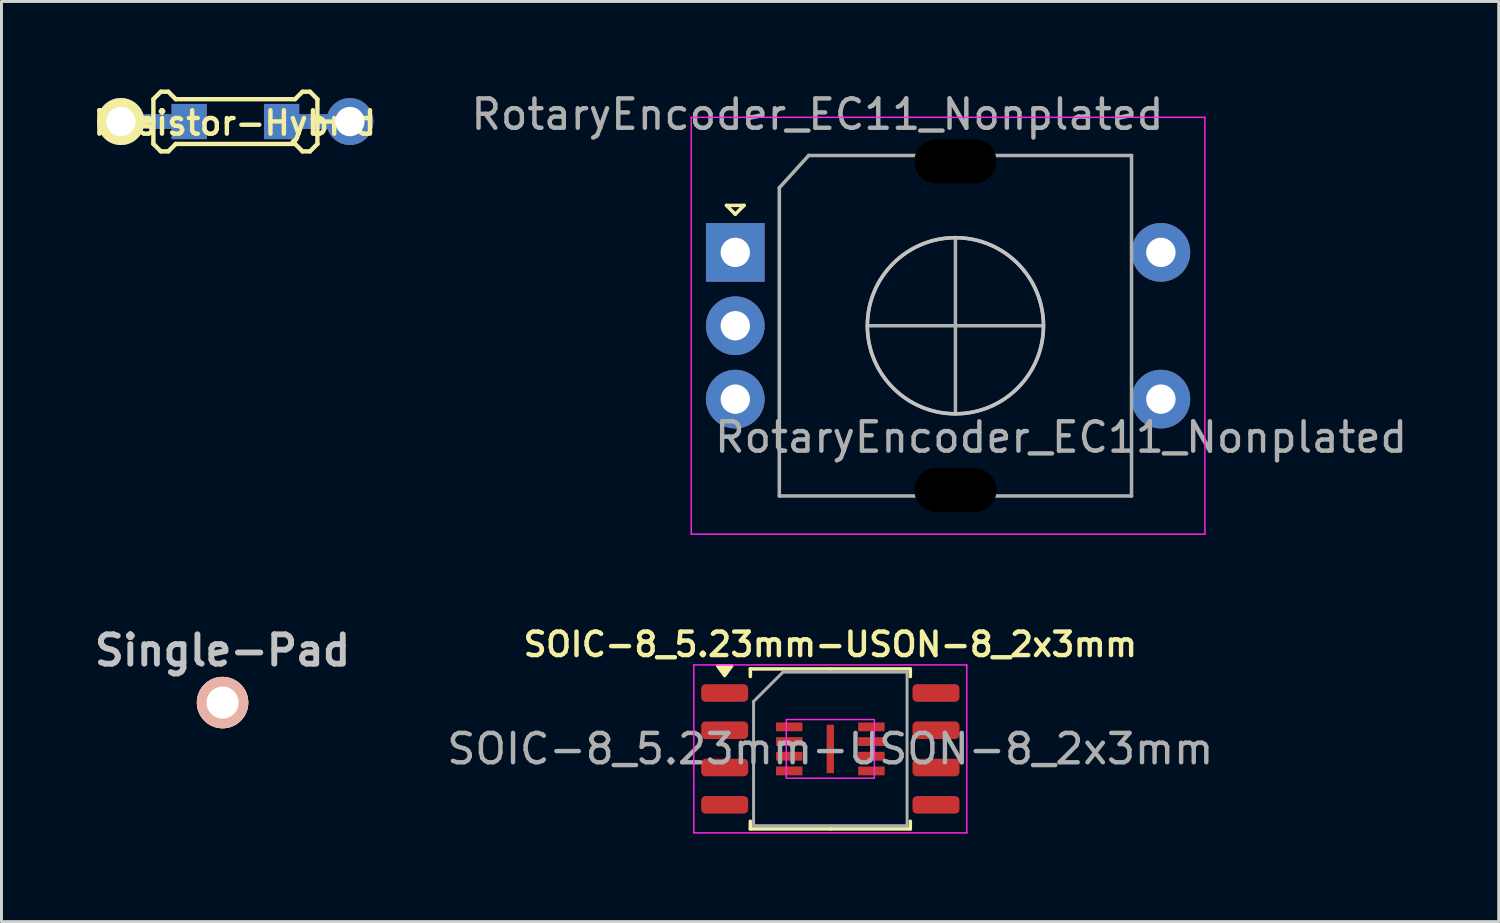
<source format=kicad_pcb>
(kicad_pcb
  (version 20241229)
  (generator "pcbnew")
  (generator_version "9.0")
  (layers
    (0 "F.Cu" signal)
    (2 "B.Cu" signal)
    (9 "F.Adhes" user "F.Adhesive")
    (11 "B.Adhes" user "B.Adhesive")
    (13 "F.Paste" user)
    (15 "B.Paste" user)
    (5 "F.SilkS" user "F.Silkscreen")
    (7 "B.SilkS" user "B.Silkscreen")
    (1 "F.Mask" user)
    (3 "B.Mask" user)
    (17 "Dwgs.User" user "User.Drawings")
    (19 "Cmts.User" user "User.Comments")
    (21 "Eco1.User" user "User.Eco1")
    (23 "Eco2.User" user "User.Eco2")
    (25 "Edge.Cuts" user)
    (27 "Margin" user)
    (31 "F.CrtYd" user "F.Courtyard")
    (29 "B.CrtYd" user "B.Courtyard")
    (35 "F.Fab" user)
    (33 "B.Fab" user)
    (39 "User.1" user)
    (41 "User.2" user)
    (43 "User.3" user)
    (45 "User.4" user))
  (footprint "Single-Pad"
    (layer "F.Cu")
    (at 4.533 20.887)
    (property "Reference" "Single-Pad" (at 0 -1.778 0) (layer "Dwgs.User") (effects (font (size 1 1) (thickness 0.2))))
    (attr through_hole)
    (pad "1" thru_hole circle (at 0 0 270) (size 1.753 1.753) (drill 1.092) (layers "*.Cu" "*.SilkS" "*.Mask")))
  (footprint "RotaryEncoder_EC11_Nonplated"
    (layer "F.Cu")
    (at 29.501 8.048)
    (property "Reference" "RotaryEncoder_EC11_Nonplated" (at -4.7 -7.2 0) (layer "F.Fab") (effects (font (size 1 1) (thickness 0.15))))
    (attr through_hole)
    (fp_line (start -7.8 -4.1) (end -7.2 -4.1) (stroke (width 0.12) (type solid)) (layer "F.SilkS"))
    (fp_line (start -7.5 -3.8) (end -7.8 -4.1) (stroke (width 0.12) (type solid)) (layer "F.SilkS"))
    (fp_line (start -7.2 -4.1) (end -7.5 -3.8) (stroke (width 0.12) (type solid)) (layer "F.SilkS"))
    (fp_circle (center 0 0) (end 3 0) (stroke (width 0.12) (type solid)) (fill no) (layer "Dwgs.User"))
    (fp_line (start -9 -7.1) (end -9 7.1) (stroke (width 0.05) (type solid)) (layer "F.CrtYd"))
    (fp_line (start -9 -7.1) (end 8.5 -7.1) (stroke (width 0.05) (type solid)) (layer "F.CrtYd"))
    (fp_line (start 8.5 7.1) (end -9 7.1) (stroke (width 0.05) (type solid)) (layer "F.CrtYd"))
    (fp_line (start 8.5 7.1) (end 8.5 -7.1) (stroke (width 0.05) (type solid)) (layer "F.CrtYd"))
    (fp_line (start -6 -4.7) (end -5 -5.8) (stroke (width 0.12) (type solid)) (layer "F.Fab"))
    (fp_line (start -6 5.8) (end -6 -4.7) (stroke (width 0.12) (type solid)) (layer "F.Fab"))
    (fp_line (start -5 -5.8) (end 6 -5.8) (stroke (width 0.12) (type solid)) (layer "F.Fab"))
    (fp_line (start -3 0) (end 3 0) (stroke (width 0.12) (type solid)) (layer "F.Fab"))
    (fp_line (start 0 -3) (end 0 3) (stroke (width 0.12) (type solid)) (layer "F.Fab"))
    (fp_line (start 6 -5.8) (end 6 5.8) (stroke (width 0.12) (type solid)) (layer "F.Fab"))
    (fp_line (start 6 5.8) (end -6 5.8) (stroke (width 0.12) (type solid)) (layer "F.Fab"))
    (fp_circle (center 0 0) (end 3 0) (stroke (width 0.12) (type solid)) (fill no) (layer "F.Fab"))
    (fp_text user "${REFERENCE}" (at 3.6 3.8 0) (layer "F.Fab") (effects (font (size 1 1) (thickness 0.15))))
    (pad "" np_thru_hole oval (at 0 -5.6) (size 3.2 2) (drill oval 2.8 1.5) (layers "*.Mask"))
    (pad "" np_thru_hole oval (at 0 5.6) (size 3.2 2) (drill oval 2.8 1.5) (layers "*.Mask"))
    (pad "A" thru_hole rect (at -7.5 -2.5) (size 2 2) (drill 1) (layers "*.Cu" "*.Mask"))
    (pad "B" thru_hole circle (at -7.5 2.5) (size 2 2) (drill 1) (layers "*.Cu" "*.Mask"))
    (pad "C" thru_hole circle (at -7.5 0) (size 2 2) (drill 1) (layers "*.Cu" "*.Mask"))
    (pad "S1" thru_hole circle (at 7 2.5) (size 2 2) (drill 1) (layers "*.Cu" "*.Mask"))
    (pad "S2" thru_hole circle (at 7 -2.5) (size 2 2) (drill 1) (layers "*.Cu" "*.Mask")))
  (footprint "SOIC-8_5.23mm-USON-8_2x3mm"
    (layer "F.Cu")
    (at 25.239 22.465)
    (property "Reference" "SOIC-8_5.23mm-USON-8_2x3mm" (at 0 -3.56 0) (layer "F.SilkS") (effects (font (size 0.8 0.8) (thickness 0.15))))
    (attr smd)
    (fp_line (start -2.725 -2.725) (end -2.725 -2.465) (stroke (width 0.12) (type solid)) (layer "F.SilkS"))
    (fp_line (start -2.725 2.725) (end -2.725 2.465) (stroke (width 0.12) (type solid)) (layer "F.SilkS"))
    (fp_line (start 0 -2.725) (end -2.725 -2.725) (stroke (width 0.12) (type solid)) (layer "F.SilkS"))
    (fp_line (start 0 -2.725) (end 2.725 -2.725) (stroke (width 0.12) (type solid)) (layer "F.SilkS"))
    (fp_line (start 0 2.725) (end -2.725 2.725) (stroke (width 0.12) (type solid)) (layer "F.SilkS"))
    (fp_line (start 0 2.725) (end 2.725 2.725) (stroke (width 0.12) (type solid)) (layer "F.SilkS"))
    (fp_line (start 2.725 -2.725) (end 2.725 -2.465) (stroke (width 0.12) (type solid)) (layer "F.SilkS"))
    (fp_line (start 2.725 2.725) (end 2.725 2.465) (stroke (width 0.12) (type solid)) (layer "F.SilkS"))
    (fp_poly (pts (xy -3.6 -2.5) (xy -3.84 -2.83) (xy -3.36 -2.83) (xy -3.6 -2.5)) (stroke (width 0.12) (type solid)) (fill yes) (layer "F.SilkS"))
    (fp_line (start -4.65 -2.86) (end -4.65 2.86) (stroke (width 0.05) (type solid)) (layer "F.CrtYd"))
    (fp_line (start -4.65 2.86) (end 4.65 2.86) (stroke (width 0.05) (type solid)) (layer "F.CrtYd"))
    (fp_line (start 4.65 -2.86) (end -4.65 -2.86) (stroke (width 0.05) (type solid)) (layer "F.CrtYd"))
    (fp_line (start 4.65 2.86) (end 4.65 -2.86) (stroke (width 0.05) (type solid)) (layer "F.CrtYd"))
    (fp_rect (start -1.5 -1) (end 1.5 1) (stroke (width 0.05) (type solid)) (fill no) (layer "F.CrtYd"))
    (fp_line (start -2.615 -1.615) (end -1.615 -2.615) (stroke (width 0.1) (type solid)) (layer "F.Fab"))
    (fp_line (start -2.615 2.615) (end -2.615 -1.615) (stroke (width 0.1) (type solid)) (layer "F.Fab"))
    (fp_line (start -1.615 -2.615) (end 2.615 -2.615) (stroke (width 0.1) (type solid)) (layer "F.Fab"))
    (fp_line (start 2.615 -2.615) (end 2.615 2.615) (stroke (width 0.1) (type solid)) (layer "F.Fab"))
    (fp_line (start 2.615 2.615) (end -2.615 2.615) (stroke (width 0.1) (type solid)) (layer "F.Fab"))
    (fp_text user "${REFERENCE}" (at 0 0 0) (layer "F.Fab") (effects (font (size 1 1) (thickness 0.15))))
    (pad "1" smd roundrect (at -3.6 -1.905) (size 1.6 0.6) (layers "F.Cu" "F.Mask" "F.Paste") (roundrect_rratio 0.25))
    (pad "1" smd rect (at -1.4 -0.75) (size 0.9 0.3) (layers "F.Cu" "F.Mask" "F.Paste"))
    (pad "2" smd roundrect (at -3.6 -0.635) (size 1.6 0.6) (layers "F.Cu" "F.Mask" "F.Paste") (roundrect_rratio 0.25))
    (pad "2" smd rect (at -1.4 -0.25) (size 0.9 0.3) (layers "F.Cu" "F.Mask" "F.Paste"))
    (pad "3" smd roundrect (at -3.6 0.635) (size 1.6 0.6) (layers "F.Cu" "F.Mask" "F.Paste") (roundrect_rratio 0.25))
    (pad "3" smd rect (at -1.4 0.25) (size 0.9 0.3) (layers "F.Cu" "F.Mask" "F.Paste"))
    (pad "4" smd roundrect (at -3.6 1.905) (size 1.6 0.6) (layers "F.Cu" "F.Mask" "F.Paste") (roundrect_rratio 0.25))
    (pad "4" smd rect (at -1.4 0.75) (size 0.9 0.3) (layers "F.Cu" "F.Mask" "F.Paste"))
    (pad "5" smd rect (at 1.4 0.75) (size 0.9 0.3) (layers "F.Cu" "F.Mask" "F.Paste"))
    (pad "5" smd roundrect (at 3.6 1.905) (size 1.6 0.6) (layers "F.Cu" "F.Mask" "F.Paste") (roundrect_rratio 0.25))
    (pad "6" smd rect (at 1.4 0.25) (size 0.9 0.3) (layers "F.Cu" "F.Mask" "F.Paste"))
    (pad "6" smd roundrect (at 3.6 0.635) (size 1.6 0.6) (layers "F.Cu" "F.Mask" "F.Paste") (roundrect_rratio 0.25))
    (pad "7" smd rect (at 1.4 -0.25) (size 0.9 0.3) (layers "F.Cu" "F.Mask" "F.Paste"))
    (pad "7" smd roundrect (at 3.6 -0.635) (size 1.6 0.6) (layers "F.Cu" "F.Mask" "F.Paste") (roundrect_rratio 0.25))
    (pad "8" smd rect (at 1.4 -0.75) (size 0.9 0.3) (layers "F.Cu" "F.Mask" "F.Paste"))
    (pad "8" smd roundrect (at 3.6 -1.905) (size 1.6 0.6) (layers "F.Cu" "F.Mask" "F.Paste") (roundrect_rratio 0.25))
    (pad "9" smd rect (at 0 0 90) (size 1.65 0.25) (layers "F.Cu" "F.Mask" "F.Paste")))
  (footprint "Resistor-Hybrid"
    (layer "F.Cu")
    (at 4.97 1.091)
    (property "Reference" "Resistor-Hybrid" (at -0.025 0.051 0) (layer "F.SilkS") (effects (font (size 0.8 0.8) (thickness 0.15))))
    (attr smd)
    (fp_line (start -3.302 0) (end -2.794 0) (stroke (width 0.15) (type solid)) (layer "F.SilkS"))
    (fp_line (start -2.794 -0.762) (end -2.54 -1.016) (stroke (width 0.15) (type solid)) (layer "F.SilkS"))
    (fp_line (start -2.794 0.762) (end -2.794 -0.762) (stroke (width 0.15) (type solid)) (layer "F.SilkS"))
    (fp_line (start -2.54 -1.016) (end -2.286 -1.016) (stroke (width 0.15) (type solid)) (layer "F.SilkS"))
    (fp_line (start -2.54 1.016) (end -2.794 0.762) (stroke (width 0.15) (type solid)) (layer "F.SilkS"))
    (fp_line (start -2.286 -1.016) (end -2.032 -0.762) (stroke (width 0.15) (type solid)) (layer "F.SilkS"))
    (fp_line (start -2.286 1.016) (end -2.54 1.016) (stroke (width 0.15) (type solid)) (layer "F.SilkS"))
    (fp_line (start -2.032 -0.762) (end 2.032 -0.762) (stroke (width 0.15) (type solid)) (layer "F.SilkS"))
    (fp_line (start -2.032 0.762) (end -2.286 1.016) (stroke (width 0.15) (type solid)) (layer "F.SilkS"))
    (fp_line (start 2.032 -0.762) (end 2.286 -1.016) (stroke (width 0.15) (type solid)) (layer "F.SilkS"))
    (fp_line (start 2.032 0.762) (end -2.032 0.762) (stroke (width 0.15) (type solid)) (layer "F.SilkS"))
    (fp_line (start 2.286 -1.016) (end 2.54 -1.016) (stroke (width 0.15) (type solid)) (layer "F.SilkS"))
    (fp_line (start 2.286 1.016) (end 2.032 0.762) (stroke (width 0.15) (type solid)) (layer "F.SilkS"))
    (fp_line (start 2.54 -1.016) (end 2.794 -0.762) (stroke (width 0.15) (type solid)) (layer "F.SilkS"))
    (fp_line (start 2.54 1.016) (end 2.286 1.016) (stroke (width 0.15) (type solid)) (layer "F.SilkS"))
    (fp_line (start 2.794 -0.762) (end 2.794 0.762) (stroke (width 0.15) (type solid)) (layer "F.SilkS"))
    (fp_line (start 2.794 0) (end 3.302 0) (stroke (width 0.15) (type solid)) (layer "F.SilkS"))
    (fp_line (start 2.794 0.762) (end 2.54 1.016) (stroke (width 0.15) (type solid)) (layer "F.SilkS"))
    (pad "1" smd rect (at 1.575 0) (size 1.2 1.2) (layers "F.Cu" "F.Mask" "F.Paste"))
    (pad "1" smd rect (at 1.575 0) (size 1.2 1.2) (layers "B.Cu" "B.Mask" "B.Paste"))
    (pad "1" smd rect (at 2.7 0) (size 2.5 0.5) (layers "F.Cu"))
    (pad "1" smd rect (at 2.7 0) (size 2.5 0.5) (layers "B.Cu"))
    (pad "1" thru_hole circle (at 3.9 0) (size 1.6 1.6) (drill 1) (layers "*.Cu" "*.Mask"))
    (pad "2" thru_hole circle (at -3.9 0) (size 1.6 1.6) (drill 1) (layers "*.Cu" "*.Mask" "F.SilkS"))
    (pad "2" smd rect (at -2.7 0) (size 2.5 0.5) (layers "F.Cu"))
    (pad "2" smd rect (at -2.7 0) (size 2.5 0.5) (layers "B.Cu"))
    (pad "2" smd rect (at -1.575 0) (size 1.2 1.2) (layers "F.Cu" "F.Mask" "F.Paste"))
    (pad "2" smd rect (at -1.575 0) (size 1.2 1.2) (layers "B.Cu" "B.Mask" "B.Paste")))
  (gr_rect
    (start -3 -3)
    (end 48.011 28.349)
    (stroke (width 0.1) (type default))
    (fill no)
    (layer "Edge.Cuts")))
</source>
